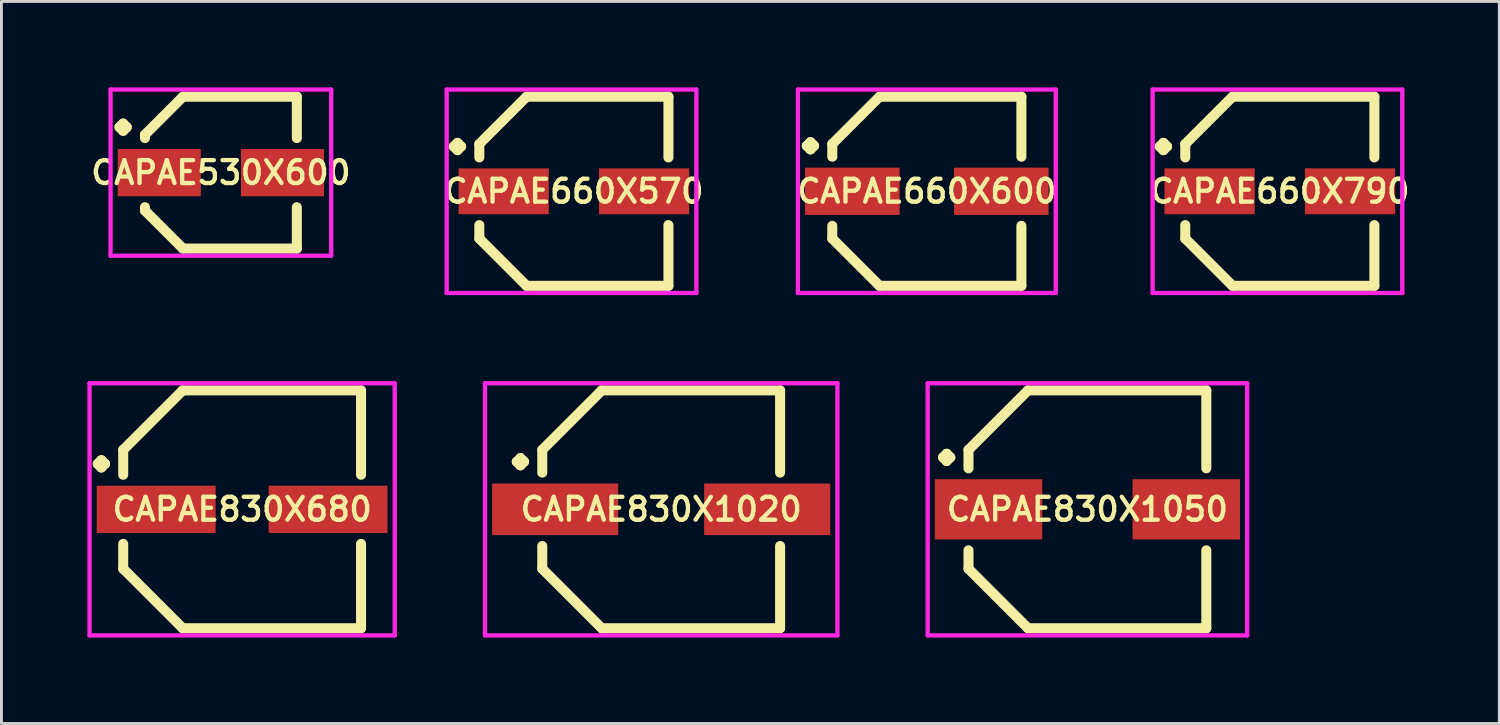
<source format=kicad_pcb>
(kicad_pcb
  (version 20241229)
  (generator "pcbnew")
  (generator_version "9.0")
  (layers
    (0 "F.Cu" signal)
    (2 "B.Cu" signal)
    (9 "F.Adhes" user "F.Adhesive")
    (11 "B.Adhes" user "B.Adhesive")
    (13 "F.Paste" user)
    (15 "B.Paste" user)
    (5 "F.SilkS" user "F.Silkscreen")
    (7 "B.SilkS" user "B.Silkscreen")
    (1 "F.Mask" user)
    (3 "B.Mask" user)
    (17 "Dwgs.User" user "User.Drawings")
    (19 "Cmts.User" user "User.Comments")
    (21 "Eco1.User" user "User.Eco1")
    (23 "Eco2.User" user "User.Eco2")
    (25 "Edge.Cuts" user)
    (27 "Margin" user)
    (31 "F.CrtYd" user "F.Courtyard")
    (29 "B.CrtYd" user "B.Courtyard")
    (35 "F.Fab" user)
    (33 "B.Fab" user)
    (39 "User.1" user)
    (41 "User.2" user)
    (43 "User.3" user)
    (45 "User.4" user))
  (footprint "CAPAE660X570"
    (layer "F.Cu")
    (at 16.978 3.625)
    (property "Reference" "CAPAE660X570" (at 0 0 0) (layer "F.SilkS") (effects (font (size 0.8 0.8) (thickness 0.15))))
    (attr through_hole)
    (fp_line (start -4.189 -1.562) (end -4.062 -1.689) (stroke (width 0.35) (type solid)) (layer "F.SilkS"))
    (fp_line (start -4.062 -1.689) (end -3.935 -1.562) (stroke (width 0.35) (type solid)) (layer "F.SilkS"))
    (fp_line (start -4.062 -1.435) (end -4.189 -1.562) (stroke (width 0.35) (type solid)) (layer "F.SilkS"))
    (fp_line (start -3.935 -1.562) (end -4.062 -1.435) (stroke (width 0.35) (type solid)) (layer "F.SilkS"))
    (fp_line (start -3.3 -1.65) (end -3.3 -1.181) (stroke (width 0.35) (type solid)) (layer "F.SilkS"))
    (fp_line (start -3.3 1.65) (end -3.3 1.181) (stroke (width 0.35) (type solid)) (layer "F.SilkS"))
    (fp_line (start -1.65 -3.3) (end -3.3 -1.65) (stroke (width 0.35) (type solid)) (layer "F.SilkS"))
    (fp_line (start -1.65 3.3) (end -3.3 1.65) (stroke (width 0.35) (type solid)) (layer "F.SilkS"))
    (fp_line (start 3.3 -3.3) (end -1.65 -3.3) (stroke (width 0.35) (type solid)) (layer "F.SilkS"))
    (fp_line (start 3.3 -1.181) (end 3.3 -3.3) (stroke (width 0.35) (type solid)) (layer "F.SilkS"))
    (fp_line (start 3.3 1.181) (end 3.3 3.3) (stroke (width 0.35) (type solid)) (layer "F.SilkS"))
    (fp_line (start 3.3 3.3) (end -1.65 3.3) (stroke (width 0.35) (type solid)) (layer "F.SilkS"))
    (fp_line (start -4.439 -3.55) (end 4.275 -3.55) (stroke (width 0.15) (type solid)) (layer "F.CrtYd"))
    (fp_line (start -4.439 3.55) (end -4.439 -3.55) (stroke (width 0.15) (type solid)) (layer "F.CrtYd"))
    (fp_line (start 4.275 -3.55) (end 4.275 3.55) (stroke (width 0.15) (type solid)) (layer "F.CrtYd"))
    (fp_line (start 4.275 3.55) (end -4.439 3.55) (stroke (width 0.15) (type solid)) (layer "F.CrtYd"))
    (pad "1" smd rect (at -2.45 0) (size 3.15 1.6) (layers "F.Cu" "F.Mask" "F.Paste"))
    (pad "2" smd rect (at 2.45 0) (size 3.15 1.6) (layers "F.Cu" "F.Mask" "F.Paste")))
  (footprint "CAPAE830X1020"
    (layer "F.Cu")
    (at 20.025 14.725)
    (property "Reference" "CAPAE830X1020" (at 0 0 0) (layer "F.SilkS") (effects (font (size 0.8 0.8) (thickness 0.15))))
    (attr smd)
    (fp_line (start -5.039 -1.662) (end -4.912 -1.789) (stroke (width 0.35) (type solid)) (layer "F.SilkS"))
    (fp_line (start -4.912 -1.789) (end -4.785 -1.662) (stroke (width 0.35) (type solid)) (layer "F.SilkS"))
    (fp_line (start -4.912 -1.535) (end -5.039 -1.662) (stroke (width 0.35) (type solid)) (layer "F.SilkS"))
    (fp_line (start -4.785 -1.662) (end -4.912 -1.535) (stroke (width 0.35) (type solid)) (layer "F.SilkS"))
    (fp_line (start -4.15 -2.075) (end -4.15 -1.281) (stroke (width 0.35) (type solid)) (layer "F.SilkS"))
    (fp_line (start -4.15 2.075) (end -4.15 1.281) (stroke (width 0.35) (type solid)) (layer "F.SilkS"))
    (fp_line (start -2.075 -4.15) (end -4.15 -2.075) (stroke (width 0.35) (type solid)) (layer "F.SilkS"))
    (fp_line (start -2.075 4.15) (end -4.15 2.075) (stroke (width 0.35) (type solid)) (layer "F.SilkS"))
    (fp_line (start 4.15 -4.15) (end -2.075 -4.15) (stroke (width 0.35) (type solid)) (layer "F.SilkS"))
    (fp_line (start 4.15 -1.281) (end 4.15 -4.15) (stroke (width 0.35) (type solid)) (layer "F.SilkS"))
    (fp_line (start 4.15 1.281) (end 4.15 4.15) (stroke (width 0.35) (type solid)) (layer "F.SilkS"))
    (fp_line (start 4.15 4.15) (end -2.075 4.15) (stroke (width 0.35) (type solid)) (layer "F.SilkS"))
    (fp_line (start -6.15 -4.4) (end 6.15 -4.4) (stroke (width 0.15) (type solid)) (layer "F.CrtYd"))
    (fp_line (start -6.15 4.4) (end -6.15 -4.4) (stroke (width 0.15) (type solid)) (layer "F.CrtYd"))
    (fp_line (start 6.15 -4.4) (end 6.15 4.4) (stroke (width 0.15) (type solid)) (layer "F.CrtYd"))
    (fp_line (start 6.15 4.4) (end -6.15 4.4) (stroke (width 0.15) (type solid)) (layer "F.CrtYd"))
    (pad "1" smd rect (at -3.7 0) (size 4.4 1.8) (layers "F.Cu" "F.Mask" "F.Paste"))
    (pad "2" smd rect (at 3.7 0) (size 4.4 1.8) (layers "F.Cu" "F.Mask" "F.Paste")))
  (footprint "CAPAE830X1050"
    (layer "F.Cu")
    (at 34.9 14.725)
    (property "Reference" "CAPAE830X1050" (at 0 0 0) (layer "F.SilkS") (effects (font (size 0.8 0.8) (thickness 0.15))))
    (attr smd)
    (fp_line (start -5.039 -1.812) (end -4.912 -1.939) (stroke (width 0.35) (type solid)) (layer "F.SilkS"))
    (fp_line (start -4.912 -1.939) (end -4.785 -1.812) (stroke (width 0.35) (type solid)) (layer "F.SilkS"))
    (fp_line (start -4.912 -1.685) (end -5.039 -1.812) (stroke (width 0.35) (type solid)) (layer "F.SilkS"))
    (fp_line (start -4.785 -1.812) (end -4.912 -1.685) (stroke (width 0.35) (type solid)) (layer "F.SilkS"))
    (fp_line (start -4.15 -2.075) (end -4.15 -1.431) (stroke (width 0.35) (type solid)) (layer "F.SilkS"))
    (fp_line (start -4.15 2.075) (end -4.15 1.431) (stroke (width 0.35) (type solid)) (layer "F.SilkS"))
    (fp_line (start -2.075 -4.15) (end -4.15 -2.075) (stroke (width 0.35) (type solid)) (layer "F.SilkS"))
    (fp_line (start -2.075 4.15) (end -4.15 2.075) (stroke (width 0.35) (type solid)) (layer "F.SilkS"))
    (fp_line (start 4.15 -4.15) (end -2.075 -4.15) (stroke (width 0.35) (type solid)) (layer "F.SilkS"))
    (fp_line (start 4.15 -1.431) (end 4.15 -4.15) (stroke (width 0.35) (type solid)) (layer "F.SilkS"))
    (fp_line (start 4.15 1.431) (end 4.15 4.15) (stroke (width 0.35) (type solid)) (layer "F.SilkS"))
    (fp_line (start 4.15 4.15) (end -2.075 4.15) (stroke (width 0.35) (type solid)) (layer "F.SilkS"))
    (fp_line (start -5.575 -4.4) (end 5.575 -4.4) (stroke (width 0.15) (type solid)) (layer "F.CrtYd"))
    (fp_line (start -5.575 4.4) (end -5.575 -4.4) (stroke (width 0.15) (type solid)) (layer "F.CrtYd"))
    (fp_line (start 5.575 -4.4) (end 5.575 4.4) (stroke (width 0.15) (type solid)) (layer "F.CrtYd"))
    (fp_line (start 5.575 4.4) (end -5.575 4.4) (stroke (width 0.15) (type solid)) (layer "F.CrtYd"))
    (pad "1" smd rect (at -3.45 0) (size 3.75 2.1) (layers "F.Cu" "F.Mask" "F.Paste"))
    (pad "2" smd rect (at 3.45 0) (size 3.75 2.1) (layers "F.Cu" "F.Mask" "F.Paste")))
  (footprint "CAPAE830X680"
    (layer "F.Cu")
    (at 5.4 14.725)
    (property "Reference" "CAPAE830X680" (at 0 0 0) (layer "F.SilkS") (effects (font (size 0.8 0.8) (thickness 0.15))))
    (attr smd)
    (fp_line (start -5.039 -1.587) (end -4.912 -1.714) (stroke (width 0.35) (type solid)) (layer "F.SilkS"))
    (fp_line (start -4.912 -1.714) (end -4.785 -1.587) (stroke (width 0.35) (type solid)) (layer "F.SilkS"))
    (fp_line (start -4.912 -1.46) (end -5.039 -1.587) (stroke (width 0.35) (type solid)) (layer "F.SilkS"))
    (fp_line (start -4.785 -1.587) (end -4.912 -1.46) (stroke (width 0.35) (type solid)) (layer "F.SilkS"))
    (fp_line (start -4.15 -2.075) (end -4.15 -1.206) (stroke (width 0.35) (type solid)) (layer "F.SilkS"))
    (fp_line (start -4.15 2.075) (end -4.15 1.206) (stroke (width 0.35) (type solid)) (layer "F.SilkS"))
    (fp_line (start -2.075 -4.15) (end -4.15 -2.075) (stroke (width 0.35) (type solid)) (layer "F.SilkS"))
    (fp_line (start -2.075 4.15) (end -4.15 2.075) (stroke (width 0.35) (type solid)) (layer "F.SilkS"))
    (fp_line (start 4.15 -4.15) (end -2.075 -4.15) (stroke (width 0.35) (type solid)) (layer "F.SilkS"))
    (fp_line (start 4.15 -1.206) (end 4.15 -4.15) (stroke (width 0.35) (type solid)) (layer "F.SilkS"))
    (fp_line (start 4.15 1.206) (end 4.15 4.15) (stroke (width 0.35) (type solid)) (layer "F.SilkS"))
    (fp_line (start 4.15 4.15) (end -2.075 4.15) (stroke (width 0.35) (type solid)) (layer "F.SilkS"))
    (fp_line (start -5.325 -4.4) (end 5.325 -4.4) (stroke (width 0.15) (type solid)) (layer "F.CrtYd"))
    (fp_line (start -5.325 4.4) (end -5.325 -4.4) (stroke (width 0.15) (type solid)) (layer "F.CrtYd"))
    (fp_line (start 5.325 -4.4) (end 5.325 4.4) (stroke (width 0.15) (type solid)) (layer "F.CrtYd"))
    (fp_line (start 5.325 4.4) (end -5.325 4.4) (stroke (width 0.15) (type solid)) (layer "F.CrtYd"))
    (pad "1" smd rect (at -3 0) (size 4.15 1.65) (layers "F.Cu" "F.Mask" "F.Paste"))
    (pad "2" smd rect (at 3 0) (size 4.15 1.65) (layers "F.Cu" "F.Mask" "F.Paste")))
  (footprint "CAPAE660X600"
    (layer "F.Cu")
    (at 29.296 3.625)
    (property "Reference" "CAPAE660X600" (at 0 0 0) (layer "F.SilkS") (effects (font (size 0.8 0.8) (thickness 0.15))))
    (attr smd)
    (fp_line (start -4.189 -1.587) (end -4.062 -1.714) (stroke (width 0.35) (type solid)) (layer "F.SilkS"))
    (fp_line (start -4.062 -1.714) (end -3.935 -1.587) (stroke (width 0.35) (type solid)) (layer "F.SilkS"))
    (fp_line (start -4.062 -1.46) (end -4.189 -1.587) (stroke (width 0.35) (type solid)) (layer "F.SilkS"))
    (fp_line (start -3.935 -1.587) (end -4.062 -1.46) (stroke (width 0.35) (type solid)) (layer "F.SilkS"))
    (fp_line (start -3.3 -1.65) (end -3.3 -1.206) (stroke (width 0.35) (type solid)) (layer "F.SilkS"))
    (fp_line (start -3.3 1.65) (end -3.3 1.206) (stroke (width 0.35) (type solid)) (layer "F.SilkS"))
    (fp_line (start -1.65 -3.3) (end -3.3 -1.65) (stroke (width 0.35) (type solid)) (layer "F.SilkS"))
    (fp_line (start -1.65 3.3) (end -3.3 1.65) (stroke (width 0.35) (type solid)) (layer "F.SilkS"))
    (fp_line (start 3.3 -3.3) (end -1.65 -3.3) (stroke (width 0.35) (type solid)) (layer "F.SilkS"))
    (fp_line (start 3.3 -1.206) (end 3.3 -3.3) (stroke (width 0.35) (type solid)) (layer "F.SilkS"))
    (fp_line (start 3.3 1.206) (end 3.3 3.3) (stroke (width 0.35) (type solid)) (layer "F.SilkS"))
    (fp_line (start 3.3 3.3) (end -1.65 3.3) (stroke (width 0.35) (type solid)) (layer "F.SilkS"))
    (fp_line (start -4.5 -3.55) (end 4.5 -3.55) (stroke (width 0.15) (type solid)) (layer "F.CrtYd"))
    (fp_line (start -4.5 3.55) (end -4.5 -3.55) (stroke (width 0.15) (type solid)) (layer "F.CrtYd"))
    (fp_line (start 4.5 -3.55) (end 4.5 3.55) (stroke (width 0.15) (type solid)) (layer "F.CrtYd"))
    (fp_line (start 4.5 3.55) (end -4.5 3.55) (stroke (width 0.15) (type solid)) (layer "F.CrtYd"))
    (pad "1" smd rect (at -2.6 0) (size 3.3 1.65) (layers "F.Cu" "F.Mask" "F.Paste"))
    (pad "2" smd rect (at 2.6 0) (size 3.3 1.65) (layers "F.Cu" "F.Mask" "F.Paste")))
  (footprint "CAPAE660X790"
    (layer "F.Cu")
    (at 41.615 3.625)
    (property "Reference" "CAPAE660X790" (at 0 0 0) (layer "F.SilkS") (effects (font (size 0.8 0.8) (thickness 0.15))))
    (attr through_hole)
    (fp_line (start -4.189 -1.562) (end -4.062 -1.689) (stroke (width 0.35) (type solid)) (layer "F.SilkS"))
    (fp_line (start -4.062 -1.689) (end -3.935 -1.562) (stroke (width 0.35) (type solid)) (layer "F.SilkS"))
    (fp_line (start -4.062 -1.435) (end -4.189 -1.562) (stroke (width 0.35) (type solid)) (layer "F.SilkS"))
    (fp_line (start -3.935 -1.562) (end -4.062 -1.435) (stroke (width 0.35) (type solid)) (layer "F.SilkS"))
    (fp_line (start -3.3 -1.65) (end -3.3 -1.181) (stroke (width 0.35) (type solid)) (layer "F.SilkS"))
    (fp_line (start -3.3 1.65) (end -3.3 1.181) (stroke (width 0.35) (type solid)) (layer "F.SilkS"))
    (fp_line (start -1.65 -3.3) (end -3.3 -1.65) (stroke (width 0.35) (type solid)) (layer "F.SilkS"))
    (fp_line (start -1.65 3.3) (end -3.3 1.65) (stroke (width 0.35) (type solid)) (layer "F.SilkS"))
    (fp_line (start 3.3 -3.3) (end -1.65 -3.3) (stroke (width 0.35) (type solid)) (layer "F.SilkS"))
    (fp_line (start 3.3 -1.181) (end 3.3 -3.3) (stroke (width 0.35) (type solid)) (layer "F.SilkS"))
    (fp_line (start 3.3 1.181) (end 3.3 3.3) (stroke (width 0.35) (type solid)) (layer "F.SilkS"))
    (fp_line (start 3.3 3.3) (end -1.65 3.3) (stroke (width 0.35) (type solid)) (layer "F.SilkS"))
    (fp_line (start -4.439 -3.55) (end 4.275 -3.55) (stroke (width 0.15) (type solid)) (layer "F.CrtYd"))
    (fp_line (start -4.439 3.55) (end -4.439 -3.55) (stroke (width 0.15) (type solid)) (layer "F.CrtYd"))
    (fp_line (start 4.275 -3.55) (end 4.275 3.55) (stroke (width 0.15) (type solid)) (layer "F.CrtYd"))
    (fp_line (start 4.275 3.55) (end -4.439 3.55) (stroke (width 0.15) (type solid)) (layer "F.CrtYd"))
    (pad "1" smd rect (at -2.45 0) (size 3.15 1.6) (layers "F.Cu" "F.Mask" "F.Paste"))
    (pad "2" smd rect (at 2.45 0) (size 3.15 1.6) (layers "F.Cu" "F.Mask" "F.Paste")))
  (footprint "CAPAE530X600"
    (layer "F.Cu")
    (at 4.659 2.975)
    (property "Reference" "CAPAE530X600" (at 0 0 0) (layer "F.SilkS") (effects (font (size 0.8 0.8) (thickness 0.15))))
    (attr smd)
    (fp_line (start -3.539 -1.587) (end -3.412 -1.714) (stroke (width 0.35) (type solid)) (layer "F.SilkS"))
    (fp_line (start -3.412 -1.714) (end -3.285 -1.587) (stroke (width 0.35) (type solid)) (layer "F.SilkS"))
    (fp_line (start -3.412 -1.46) (end -3.539 -1.587) (stroke (width 0.35) (type solid)) (layer "F.SilkS"))
    (fp_line (start -3.285 -1.587) (end -3.412 -1.46) (stroke (width 0.35) (type solid)) (layer "F.SilkS"))
    (fp_line (start -2.65 -1.325) (end -2.65 -1.206) (stroke (width 0.35) (type solid)) (layer "F.SilkS"))
    (fp_line (start -2.65 1.325) (end -2.65 1.206) (stroke (width 0.35) (type solid)) (layer "F.SilkS"))
    (fp_line (start -1.325 -2.65) (end -2.65 -1.325) (stroke (width 0.35) (type solid)) (layer "F.SilkS"))
    (fp_line (start -1.325 2.65) (end -2.65 1.325) (stroke (width 0.35) (type solid)) (layer "F.SilkS"))
    (fp_line (start 2.65 -2.65) (end -1.325 -2.65) (stroke (width 0.35) (type solid)) (layer "F.SilkS"))
    (fp_line (start 2.65 -1.206) (end 2.65 -2.65) (stroke (width 0.35) (type solid)) (layer "F.SilkS"))
    (fp_line (start 2.65 1.206) (end 2.65 2.65) (stroke (width 0.35) (type solid)) (layer "F.SilkS"))
    (fp_line (start 2.65 2.65) (end -1.325 2.65) (stroke (width 0.35) (type solid)) (layer "F.SilkS"))
    (fp_line (start -3.85 -2.9) (end 3.85 -2.9) (stroke (width 0.15) (type solid)) (layer "F.CrtYd"))
    (fp_line (start -3.85 2.9) (end -3.85 -2.9) (stroke (width 0.15) (type solid)) (layer "F.CrtYd"))
    (fp_line (start 3.85 -2.9) (end 3.85 2.9) (stroke (width 0.15) (type solid)) (layer "F.CrtYd"))
    (fp_line (start 3.85 2.9) (end -3.85 2.9) (stroke (width 0.15) (type solid)) (layer "F.CrtYd"))
    (pad "1" smd rect (at -2.15 0) (size 2.9 1.65) (layers "F.Cu" "F.Mask" "F.Paste"))
    (pad "2" smd rect (at 2.15 0) (size 2.9 1.65) (layers "F.Cu" "F.Mask" "F.Paste")))
  (gr_rect
    (start -3 -3)
    (end 49.274 22.2)
    (stroke (width 0.1) (type default))
    (fill no)
    (layer "Edge.Cuts")))
</source>
